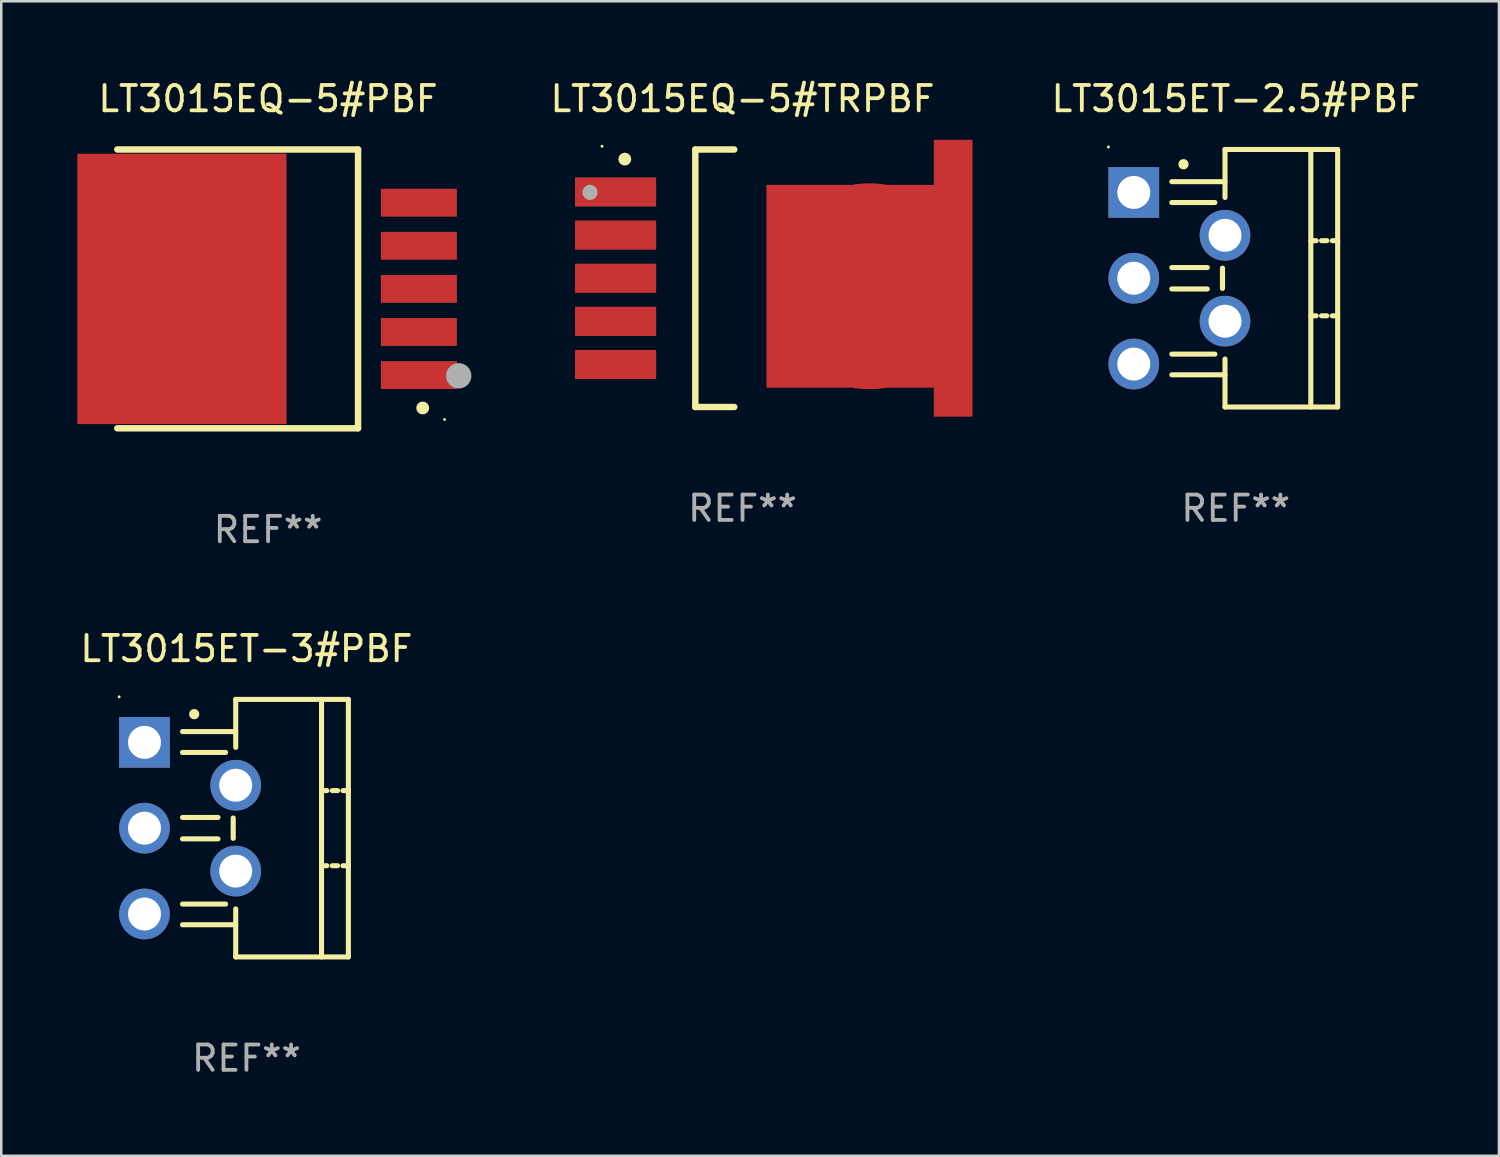
<source format=kicad_pcb>
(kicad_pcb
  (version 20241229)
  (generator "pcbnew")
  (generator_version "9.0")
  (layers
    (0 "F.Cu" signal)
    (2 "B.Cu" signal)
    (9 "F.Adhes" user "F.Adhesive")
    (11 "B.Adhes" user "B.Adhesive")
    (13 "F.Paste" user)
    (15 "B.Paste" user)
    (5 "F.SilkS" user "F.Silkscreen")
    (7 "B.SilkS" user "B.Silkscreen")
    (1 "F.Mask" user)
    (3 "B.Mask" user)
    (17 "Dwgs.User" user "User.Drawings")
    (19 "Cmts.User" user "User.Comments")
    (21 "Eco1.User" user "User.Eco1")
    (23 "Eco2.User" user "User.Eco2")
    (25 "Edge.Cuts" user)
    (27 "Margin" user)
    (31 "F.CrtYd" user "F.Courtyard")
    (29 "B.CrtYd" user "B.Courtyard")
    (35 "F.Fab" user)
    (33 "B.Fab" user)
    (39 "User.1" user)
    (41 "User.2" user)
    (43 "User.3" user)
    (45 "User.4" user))
  (footprint "LT3015ET-2.5#PBF"
    (layer "F.Cu")
    (at 45.705 7.928)
    (property "Reference" "LT3015ET-2.5#PBF" (at 0 -7.08 0) (layer "F.SilkS") (effects (font (size 1 1) (thickness 0.15))))
    (attr through_hole)
    (fp_line (start -2.522 -3.81) (end -0.423 -3.81) (stroke (width 0.2) (type solid)) (layer "F.SilkS"))
    (fp_line (start -2.522 -2.987) (end -0.822 -2.987) (stroke (width 0.2) (type solid)) (layer "F.SilkS"))
    (fp_line (start -2.522 -0.423) (end -1.122 -0.423) (stroke (width 0.2) (type solid)) (layer "F.SilkS"))
    (fp_line (start -2.522 0.423) (end -1.122 0.423) (stroke (width 0.2) (type solid)) (layer "F.SilkS"))
    (fp_line (start -2.522 2.994) (end -0.822 2.994) (stroke (width 0.2) (type solid)) (layer "F.SilkS"))
    (fp_line (start -2.522 3.81) (end -0.423 3.81) (stroke (width 0.2) (type solid)) (layer "F.SilkS"))
    (fp_line (start -0.522 0.4) (end -0.522 -0.4) (stroke (width 0.203) (type solid)) (layer "F.SilkS"))
    (fp_line (start -0.423 -5.08) (end 4.022 -5.08) (stroke (width 0.2) (type solid)) (layer "F.SilkS"))
    (fp_line (start -0.423 -3.187) (end -0.423 -5.08) (stroke (width 0.2) (type solid)) (layer "F.SilkS"))
    (fp_line (start -0.423 5.08) (end -0.423 3.187) (stroke (width 0.2) (type solid)) (layer "F.SilkS"))
    (fp_line (start 2.963 -1.482) (end 3.175 -1.482) (stroke (width 0.2) (type solid)) (layer "F.SilkS"))
    (fp_line (start 2.963 1.482) (end 3.175 1.482) (stroke (width 0.2) (type solid)) (layer "F.SilkS"))
    (fp_line (start 2.963 5.08) (end 2.963 -5.08) (stroke (width 0.2) (type solid)) (layer "F.SilkS"))
    (fp_line (start 3.387 -1.482) (end 3.598 -1.482) (stroke (width 0.2) (type solid)) (layer "F.SilkS"))
    (fp_line (start 3.387 1.482) (end 3.598 1.482) (stroke (width 0.2) (type solid)) (layer "F.SilkS"))
    (fp_line (start 3.81 -1.482) (end 4.022 -1.482) (stroke (width 0.2) (type solid)) (layer "F.SilkS"))
    (fp_line (start 3.81 1.482) (end 4.022 1.482) (stroke (width 0.2) (type solid)) (layer "F.SilkS"))
    (fp_line (start 4.022 -5.08) (end 4.022 5.08) (stroke (width 0.2) (type solid)) (layer "F.SilkS"))
    (fp_line (start 4.022 5.08) (end -0.423 5.08) (stroke (width 0.2) (type solid)) (layer "F.SilkS"))
    (fp_arc (start -2.060833 -4.495809) (mid -2.060849 -4.498349) (end -2.060833 -4.500889) (stroke (width 0.4) (type solid)) (layer "F.SilkS"))
    (fp_circle (center -5.022 -5.18) (end -4.992 -5.18) (stroke (width 0.06) (type solid)) (fill no) (layer "F.SilkS"))
    (fp_text user "REF**" (at 0 9.08 0) (layer "F.Fab") (effects (font (size 1 1) (thickness 0.15))))
    (pad "1" thru_hole rect (at -4.022 -3.386 270) (size 2 2) (drill 1.3) (layers "*.Cu" "*.Mask"))
    (pad "2" thru_hole circle (at -0.423 -1.694) (size 2 2) (drill 1.3) (layers "*.Cu" "*.Mask"))
    (pad "3" thru_hole circle (at -4.022 0) (size 2 2) (drill 1.3) (layers "*.Cu" "*.Mask"))
    (pad "4" thru_hole circle (at -0.423 1.694) (size 2 2) (drill 1.3) (layers "*.Cu" "*.Mask"))
    (pad "5" thru_hole circle (at -4.022 3.386) (size 2 2) (drill 1.3) (layers "*.Cu" "*.Mask")))
  (footprint "LT3015EQ-5#PBF"
    (layer "F.Cu")
    (at 7.527 8.348)
    (property "Reference" "LT3015EQ-5#PBF" (at 0 -7.5 0) (layer "F.SilkS") (effects (font (size 1 1) (thickness 0.15))))
    (attr through_hole)
    (fp_line (start -5.95 -5.5) (end 3.55 -5.5) (stroke (width 0.254) (type solid)) (layer "F.SilkS"))
    (fp_line (start -5.95 5.5) (end 3.55 5.5) (stroke (width 0.254) (type solid)) (layer "F.SilkS"))
    (fp_line (start 3.55 5.5) (end 3.55 -5.5) (stroke (width 0.254) (type solid)) (layer "F.SilkS"))
    (fp_circle (center 6.101 4.699) (end 6.228 4.699) (stroke (width 0.254) (type solid)) (fill no) (layer "F.SilkS"))
    (fp_circle (center 6.962 5.153) (end 6.992 5.153) (stroke (width 0.06) (type solid)) (fill no) (layer "F.SilkS"))
    (fp_circle (center 7.522 3.429) (end 7.772 3.429) (stroke (width 0.5) (type solid)) (fill no) (layer "F.Fab"))
    (fp_text user "REF**" (at 0 9.5 0) (layer "F.Fab") (effects (font (size 1 1) (thickness 0.15))))
    (pad "1" smd rect (at 5.95 3.4 180) (size 3 1.1) (layers "F.Cu" "F.Mask" "F.Paste"))
    (pad "2" smd rect (at 5.95 1.7 180) (size 3 1.1) (layers "F.Cu" "F.Mask" "F.Paste"))
    (pad "3" smd rect (at 5.95 -0.000025 180) (size 3 1.1) (layers "F.Cu" "F.Mask" "F.Paste"))
    (pad "4" smd rect (at 5.95 -1.7 180) (size 3 1.1) (layers "F.Cu" "F.Mask" "F.Paste"))
    (pad "5" smd rect (at 5.95 -3.4 180) (size 3 1.1) (layers "F.Cu" "F.Mask" "F.Paste"))
    (pad "6" smd rect (at -3.4 -0.000025) (size 8.255 10.668) (layers "F.Cu" "F.Mask" "F.Paste")))
  (footprint "LT3015ET-3#PBF"
    (layer "F.Cu")
    (at 6.673 29.625)
    (property "Reference" "LT3015ET-3#PBF" (at 0 -7.08 0) (layer "F.SilkS") (effects (font (size 1 1) (thickness 0.15))))
    (attr through_hole)
    (fp_line (start -2.522 -3.81) (end -0.423 -3.81) (stroke (width 0.2) (type solid)) (layer "F.SilkS"))
    (fp_line (start -2.522 -2.987) (end -0.822 -2.987) (stroke (width 0.2) (type solid)) (layer "F.SilkS"))
    (fp_line (start -2.522 -0.423) (end -1.122 -0.423) (stroke (width 0.2) (type solid)) (layer "F.SilkS"))
    (fp_line (start -2.522 0.423) (end -1.122 0.423) (stroke (width 0.2) (type solid)) (layer "F.SilkS"))
    (fp_line (start -2.522 2.994) (end -0.822 2.994) (stroke (width 0.2) (type solid)) (layer "F.SilkS"))
    (fp_line (start -2.522 3.81) (end -0.423 3.81) (stroke (width 0.2) (type solid)) (layer "F.SilkS"))
    (fp_line (start -0.522 0.4) (end -0.522 -0.4) (stroke (width 0.203) (type solid)) (layer "F.SilkS"))
    (fp_line (start -0.423 -5.08) (end 4.022 -5.08) (stroke (width 0.2) (type solid)) (layer "F.SilkS"))
    (fp_line (start -0.423 -3.187) (end -0.423 -5.08) (stroke (width 0.2) (type solid)) (layer "F.SilkS"))
    (fp_line (start -0.423 5.08) (end -0.423 3.187) (stroke (width 0.2) (type solid)) (layer "F.SilkS"))
    (fp_line (start 2.963 -1.482) (end 3.175 -1.482) (stroke (width 0.2) (type solid)) (layer "F.SilkS"))
    (fp_line (start 2.963 1.482) (end 3.175 1.482) (stroke (width 0.2) (type solid)) (layer "F.SilkS"))
    (fp_line (start 2.963 5.08) (end 2.963 -5.08) (stroke (width 0.2) (type solid)) (layer "F.SilkS"))
    (fp_line (start 3.387 -1.482) (end 3.598 -1.482) (stroke (width 0.2) (type solid)) (layer "F.SilkS"))
    (fp_line (start 3.387 1.482) (end 3.598 1.482) (stroke (width 0.2) (type solid)) (layer "F.SilkS"))
    (fp_line (start 3.81 -1.482) (end 4.022 -1.482) (stroke (width 0.2) (type solid)) (layer "F.SilkS"))
    (fp_line (start 3.81 1.482) (end 4.022 1.482) (stroke (width 0.2) (type solid)) (layer "F.SilkS"))
    (fp_line (start 4.022 -5.08) (end 4.022 5.08) (stroke (width 0.2) (type solid)) (layer "F.SilkS"))
    (fp_line (start 4.022 5.08) (end -0.423 5.08) (stroke (width 0.2) (type solid)) (layer "F.SilkS"))
    (fp_arc (start -2.060833 -4.495809) (mid -2.060849 -4.498349) (end -2.060833 -4.500889) (stroke (width 0.4) (type solid)) (layer "F.SilkS"))
    (fp_circle (center -5.022 -5.18) (end -4.992 -5.18) (stroke (width 0.06) (type solid)) (fill no) (layer "F.SilkS"))
    (fp_text user "REF**" (at 0 9.08 0) (layer "F.Fab") (effects (font (size 1 1) (thickness 0.15))))
    (pad "1" thru_hole rect (at -4.022 -3.386 270) (size 2 2) (drill 1.3) (layers "*.Cu" "*.Mask"))
    (pad "2" thru_hole circle (at -0.423 -1.694) (size 2 2) (drill 1.3) (layers "*.Cu" "*.Mask"))
    (pad "3" thru_hole circle (at -4.022 0) (size 2 2) (drill 1.3) (layers "*.Cu" "*.Mask"))
    (pad "4" thru_hole circle (at -0.423 1.694) (size 2 2) (drill 1.3) (layers "*.Cu" "*.Mask"))
    (pad "5" thru_hole circle (at -4.022 3.386) (size 2 2) (drill 1.3) (layers "*.Cu" "*.Mask")))
  (footprint "LT3015EQ-5#TRPBF"
    (layer "F.Cu")
    (at 26.246 7.928)
    (property "Reference" "LT3015EQ-5#TRPBF" (at 0 -7.08 0) (layer "F.SilkS") (effects (font (size 1 1) (thickness 0.15))))
    (attr through_hole)
    (fp_line (start -1.863 -5.08) (end -0.326 -5.08) (stroke (width 0.254) (type solid)) (layer "F.SilkS"))
    (fp_line (start -1.863 5.08) (end -1.863 -5.08) (stroke (width 0.254) (type solid)) (layer "F.SilkS"))
    (fp_line (start -0.326 5.08) (end -1.863 5.08) (stroke (width 0.254) (type solid)) (layer "F.SilkS"))
    (fp_circle (center -5.543 -5.207) (end -5.513 -5.207) (stroke (width 0.06) (type solid)) (fill no) (layer "F.SilkS"))
    (fp_circle (center -4.644 -4.699) (end -4.517 -4.699) (stroke (width 0.254) (type solid)) (fill no) (layer "F.SilkS"))
    (fp_circle (center -6.018 -3.388) (end -5.868 -3.388) (stroke (width 0.3) (type solid)) (fill no) (layer "F.Fab"))
    (fp_text user "REF**" (at 0 9.08 0) (layer "F.Fab") (effects (font (size 1 1) (thickness 0.15))))
    (pad "1" smd rect (at -5.008 -3.404) (size 3.2 1.15) (layers "F.Cu" "F.Mask" "F.Paste"))
    (pad "2" smd rect (at -5.008 -1.702) (size 3.2 1.15) (layers "F.Cu" "F.Mask" "F.Paste"))
    (pad "3" smd rect (at -5.008 -0.000025) (size 3.2 1.15) (layers "F.Cu" "F.Mask" "F.Paste"))
    (pad "4" smd rect (at -5.008 1.702) (size 3.2 1.15) (layers "F.Cu" "F.Mask" "F.Paste"))
    (pad "5" smd rect (at -5.008 3.404) (size 3.2 1.15) (layers "F.Cu" "F.Mask" "F.Paste"))
    (pad "6" smd custom (at 5.008 0.317) (size 8.128 10.922) (layers "F.Cu" "F.Mask" "F.Paste") (options (anchor circle)) (primitives (gr_poly (pts (xy -4.064 -4.001) (xy 2.54 -4.001) (xy 2.54 -5.779) (xy 4.064 -5.779) (xy 4.064 5.144) (xy 2.54 5.144) (xy 2.54 4) (xy -4.064 4)) (width 0) (fill yes)))))
  (gr_rect
    (start -3 -3)
    (end 56.091 42.553)
    (stroke (width 0.1) (type default))
    (fill no)
    (layer "Edge.Cuts")))
</source>
